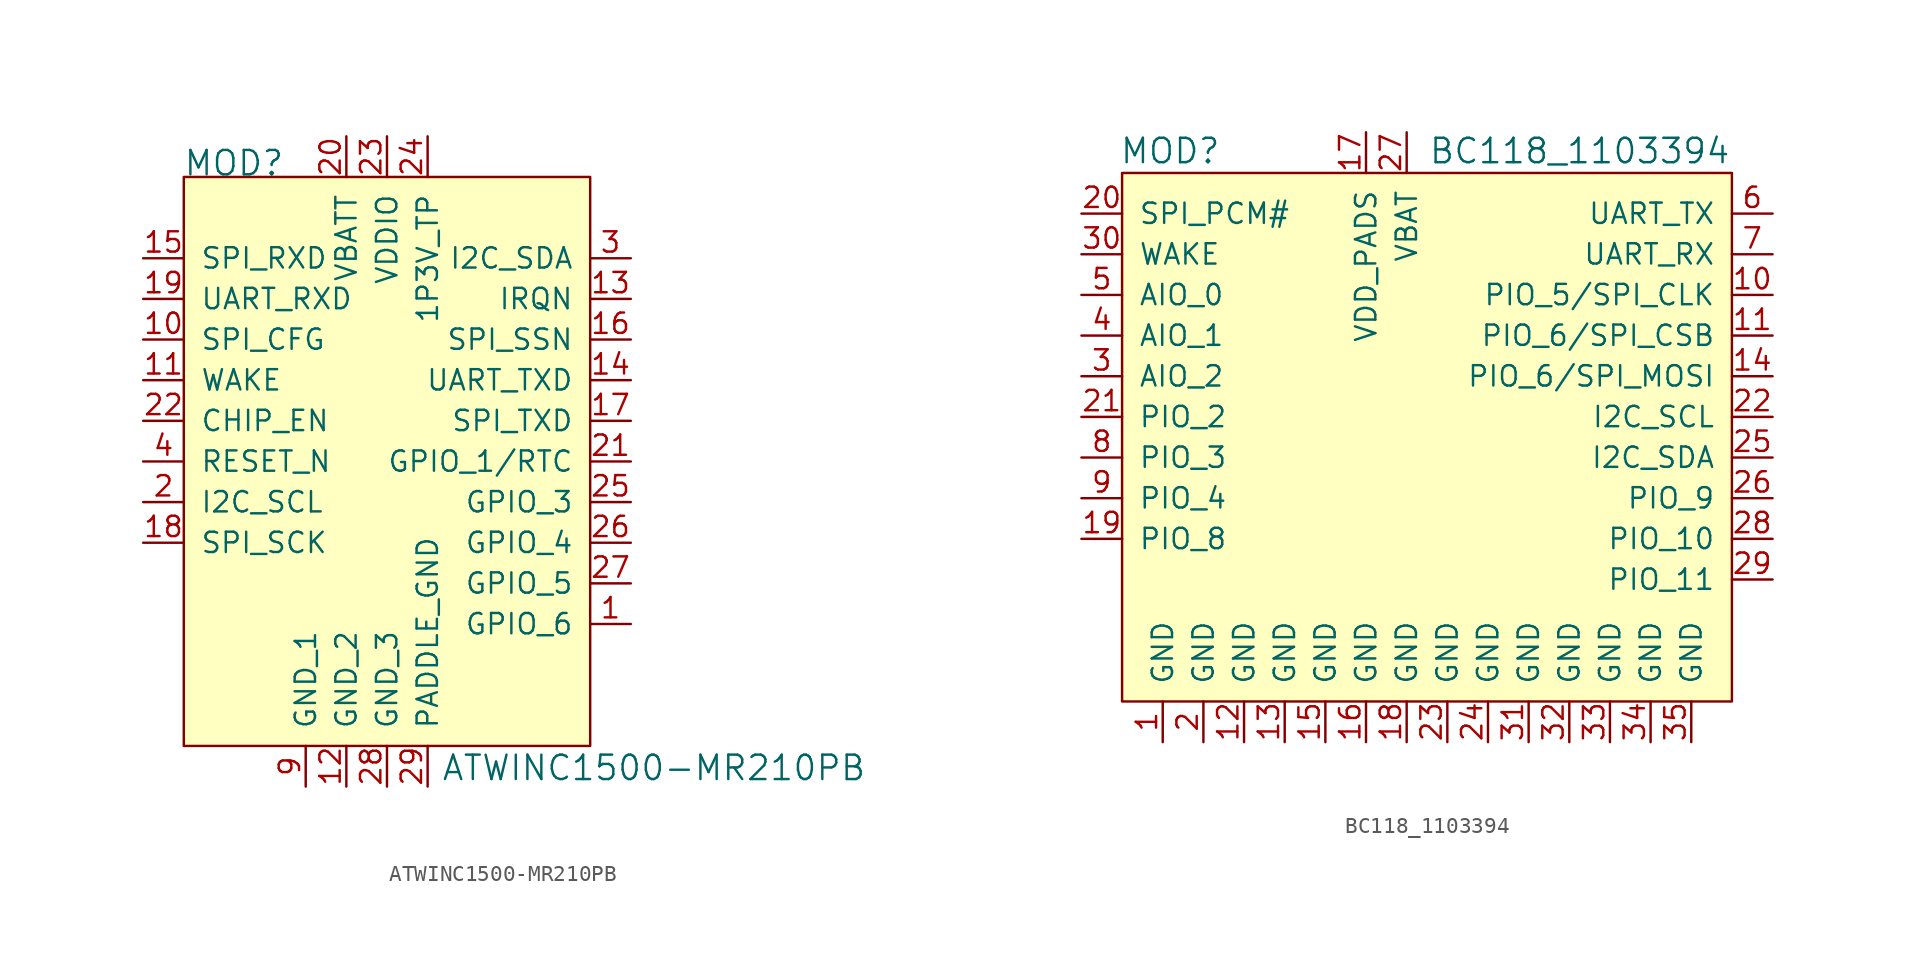
<source format=kicad_sym>
(kicad_symbol_lib
  (version 20231120)
  (generator "kicad_symbol_editor")
  (generator_version "8.0")
  (symbol "ATWINC1500-MR210PB"
    (pin_names
      (offset 1.016))
    (property "Reference" "MOD"
      (at -15.291 18.644 0)
      (effects (font (size 1.524 1.524)) (justify left)))
    (property "Value" "ATWINC1500-MR210PB"
      (at 0.838 -19.152 0)
      (effects (font (size 1.524 1.524)) (justify left)))
    (symbol "ATWINC1500-MR210PB_0_1"
      (rectangle (start 10.16 17.78) (end -15.24 -17.78) (stroke (width 0) (type default)) (fill (type background))))
    (symbol "ATWINC1500-MR210PB_1_1"
      (pin bidirectional line (at 12.7 -10.16 180) (length 2.54) (name "GPIO_6" (effects (font (size 1.27 1.27)))) (number "1" (effects (font (size 1.27 1.27)))))
      (pin input line (at -17.78 7.62 0) (length 2.54) (name "SPI_CFG" (effects (font (size 1.27 1.27)))) (number "10" (effects (font (size 1.27 1.27)))))
      (pin input line (at -17.78 5.08 0) (length 2.54) (name "WAKE" (effects (font (size 1.27 1.27)))) (number "11" (effects (font (size 1.27 1.27)))))
      (pin power_in line (at -5.08 -20.32 90) (length 2.54) (name "GND_2" (effects (font (size 1.27 1.27)))) (number "12" (effects (font (size 1.27 1.27)))))
      (pin output line (at 12.7 10.16 180) (length 2.54) (name "IRQN" (effects (font (size 1.27 1.27)))) (number "13" (effects (font (size 1.27 1.27)))))
      (pin output line (at 12.7 5.08 180) (length 2.54) (name "UART_TXD" (effects (font (size 1.27 1.27)))) (number "14" (effects (font (size 1.27 1.27)))))
      (pin bidirectional line (at -17.78 12.7 0) (length 2.54) (name "SPI_RXD" (effects (font (size 1.27 1.27)))) (number "15" (effects (font (size 1.27 1.27)))))
      (pin bidirectional line (at 12.7 7.62 180) (length 2.54) (name "SPI_SSN" (effects (font (size 1.27 1.27)))) (number "16" (effects (font (size 1.27 1.27)))))
      (pin bidirectional line (at 12.7 2.54 180) (length 2.54) (name "SPI_TXD" (effects (font (size 1.27 1.27)))) (number "17" (effects (font (size 1.27 1.27)))))
      (pin input line (at -17.78 -5.08 0) (length 2.54) (name "SPI_SCK" (effects (font (size 1.27 1.27)))) (number "18" (effects (font (size 1.27 1.27)))))
      (pin input line (at -17.78 10.16 0) (length 2.54) (name "UART_RXD" (effects (font (size 1.27 1.27)))) (number "19" (effects (font (size 1.27 1.27)))))
      (pin input line (at -17.78 -2.54 0) (length 2.54) (name "I2C_SCL" (effects (font (size 1.27 1.27)))) (number "2" (effects (font (size 1.27 1.27)))))
      (pin power_in line (at -5.08 20.32 270) (length 2.54) (name "VBATT" (effects (font (size 1.27 1.27)))) (number "20" (effects (font (size 1.27 1.27)))))
      (pin bidirectional line (at 12.7 0 180) (length 2.54) (name "GPIO_1/RTC" (effects (font (size 1.27 1.27)))) (number "21" (effects (font (size 1.27 1.27)))))
      (pin input line (at -17.78 2.54 0) (length 2.54) (name "CHIP_EN" (effects (font (size 1.27 1.27)))) (number "22" (effects (font (size 1.27 1.27)))))
      (pin power_in line (at -2.54 20.32 270) (length 2.54) (name "VDDIO" (effects (font (size 1.27 1.27)))) (number "23" (effects (font (size 1.27 1.27)))))
      (pin power_in line (at 0 20.32 270) (length 2.54) (name "1P3V_TP" (effects (font (size 1.27 1.27)))) (number "24" (effects (font (size 1.27 1.27)))))
      (pin bidirectional line (at 12.7 -2.54 180) (length 2.54) (name "GPIO_3" (effects (font (size 1.27 1.27)))) (number "25" (effects (font (size 1.27 1.27)))))
      (pin bidirectional line (at 12.7 -5.08 180) (length 2.54) (name "GPIO_4" (effects (font (size 1.27 1.27)))) (number "26" (effects (font (size 1.27 1.27)))))
      (pin bidirectional line (at 12.7 -7.62 180) (length 2.54) (name "GPIO_5" (effects (font (size 1.27 1.27)))) (number "27" (effects (font (size 1.27 1.27)))))
      (pin power_in line (at -2.54 -20.32 90) (length 2.54) (name "GND_3" (effects (font (size 1.27 1.27)))) (number "28" (effects (font (size 1.27 1.27)))))
      (pin power_in line (at 0 -20.32 90) (length 2.54) (name "PADDLE_GND" (effects (font (size 1.27 1.27)))) (number "29" (effects (font (size 1.27 1.27)))))
      (pin bidirectional line (at 12.7 12.7 180) (length 2.54) (name "I2C_SDA" (effects (font (size 1.27 1.27)))) (number "3" (effects (font (size 1.27 1.27)))))
      (pin input line (at -17.78 0 0) (length 2.54) (name "RESET_N" (effects (font (size 1.27 1.27)))) (number "4" (effects (font (size 1.27 1.27)))))
      (pin no_connect line (at 10.16 -12.7 180) (length 2.54) hide (name "NC" (effects (font (size 1.27 1.27)))) (number "5" (effects (font (size 1.27 1.27)))))
      (pin no_connect line (at -15.24 -12.7 0) (length 2.54) hide (name "NC" (effects (font (size 1.27 1.27)))) (number "6" (effects (font (size 1.27 1.27)))))
      (pin no_connect line (at -15.24 -10.16 0) (length 2.54) hide (name "NC" (effects (font (size 1.27 1.27)))) (number "7" (effects (font (size 1.27 1.27)))))
      (pin no_connect line (at -15.24 -7.62 0) (length 2.54) hide (name "NC" (effects (font (size 1.27 1.27)))) (number "8" (effects (font (size 1.27 1.27)))))
      (pin power_in line (at -7.62 -20.32 90) (length 2.54) (name "GND_1" (effects (font (size 1.27 1.27)))) (number "9" (effects (font (size 1.27 1.27)))))))
  (symbol "BC118_1103394"
    (pin_names
      (offset 1.016))
    (property "Reference" "MOD"
      (at -20.498 14.072 0)
      (effects (font (size 1.524 1.524)) (justify left)))
    (property "Value" "BC118_1103394"
      (at -1.194 14.072 0)
      (effects (font (size 1.524 1.524)) (justify left)))
    (symbol "BC118_1103394_0_1"
      (rectangle (start -20.32 12.7) (end 17.78 -20.32) (stroke (width 0) (type default)) (fill (type background))))
    (symbol "BC118_1103394_1_1"
      (pin power_in line (at -17.78 -22.86 90) (length 2.54) (name "GND" (effects (font (size 1.27 1.27)))) (number "1" (effects (font (size 1.27 1.27)))))
      (pin bidirectional line (at 20.32 5.08 180) (length 2.54) (name "PIO_5/SPI_CLK" (effects (font (size 1.27 1.27)))) (number "10" (effects (font (size 1.27 1.27)))))
      (pin bidirectional line (at 20.32 2.54 180) (length 2.54) (name "PIO_6/SPI_CSB" (effects (font (size 1.27 1.27)))) (number "11" (effects (font (size 1.27 1.27)))))
      (pin power_in line (at -12.7 -22.86 90) (length 2.54) (name "GND" (effects (font (size 1.27 1.27)))) (number "12" (effects (font (size 1.27 1.27)))))
      (pin power_in line (at -10.16 -22.86 90) (length 2.54) (name "GND" (effects (font (size 1.27 1.27)))) (number "13" (effects (font (size 1.27 1.27)))))
      (pin bidirectional line (at 20.32 0 180) (length 2.54) (name "PIO_6/SPI_MOSI" (effects (font (size 1.27 1.27)))) (number "14" (effects (font (size 1.27 1.27)))))
      (pin power_in line (at -7.62 -22.86 90) (length 2.54) (name "GND" (effects (font (size 1.27 1.27)))) (number "15" (effects (font (size 1.27 1.27)))))
      (pin power_in line (at -5.08 -22.86 90) (length 2.54) (name "GND" (effects (font (size 1.27 1.27)))) (number "16" (effects (font (size 1.27 1.27)))))
      (pin power_in line (at -5.08 15.24 270) (length 2.54) (name "VDD_PADS" (effects (font (size 1.27 1.27)))) (number "17" (effects (font (size 1.27 1.27)))))
      (pin power_in line (at -2.54 -22.86 90) (length 2.54) (name "GND" (effects (font (size 1.27 1.27)))) (number "18" (effects (font (size 1.27 1.27)))))
      (pin bidirectional line (at -22.86 -10.16 0) (length 2.54) (name "PIO_8" (effects (font (size 1.27 1.27)))) (number "19" (effects (font (size 1.27 1.27)))))
      (pin power_in line (at -15.24 -22.86 90) (length 2.54) (name "GND" (effects (font (size 1.27 1.27)))) (number "2" (effects (font (size 1.27 1.27)))))
      (pin input line (at -22.86 10.16 0) (length 2.54) (name "SPI_PCM#" (effects (font (size 1.27 1.27)))) (number "20" (effects (font (size 1.27 1.27)))))
      (pin bidirectional line (at -22.86 -2.54 0) (length 2.54) (name "PIO_2" (effects (font (size 1.27 1.27)))) (number "21" (effects (font (size 1.27 1.27)))))
      (pin bidirectional line (at 20.32 -2.54 180) (length 2.54) (name "I2C_SCL" (effects (font (size 1.27 1.27)))) (number "22" (effects (font (size 1.27 1.27)))))
      (pin power_in line (at 0 -22.86 90) (length 2.54) (name "GND" (effects (font (size 1.27 1.27)))) (number "23" (effects (font (size 1.27 1.27)))))
      (pin power_in line (at 2.54 -22.86 90) (length 2.54) (name "GND" (effects (font (size 1.27 1.27)))) (number "24" (effects (font (size 1.27 1.27)))))
      (pin bidirectional line (at 20.32 -5.08 180) (length 2.54) (name "I2C_SDA" (effects (font (size 1.27 1.27)))) (number "25" (effects (font (size 1.27 1.27)))))
      (pin bidirectional line (at 20.32 -7.62 180) (length 2.54) (name "PIO_9" (effects (font (size 1.27 1.27)))) (number "26" (effects (font (size 1.27 1.27)))))
      (pin power_in line (at -2.54 15.24 270) (length 2.54) (name "VBAT" (effects (font (size 1.27 1.27)))) (number "27" (effects (font (size 1.27 1.27)))))
      (pin bidirectional line (at 20.32 -10.16 180) (length 2.54) (name "PIO_10" (effects (font (size 1.27 1.27)))) (number "28" (effects (font (size 1.27 1.27)))))
      (pin bidirectional line (at 20.32 -12.7 180) (length 2.54) (name "PIO_11" (effects (font (size 1.27 1.27)))) (number "29" (effects (font (size 1.27 1.27)))))
      (pin bidirectional line (at -22.86 0 0) (length 2.54) (name "AIO_2" (effects (font (size 1.27 1.27)))) (number "3" (effects (font (size 1.27 1.27)))))
      (pin input line (at -22.86 7.62 0) (length 2.54) (name "WAKE" (effects (font (size 1.27 1.27)))) (number "30" (effects (font (size 1.27 1.27)))))
      (pin power_in line (at 5.08 -22.86 90) (length 2.54) (name "GND" (effects (font (size 1.27 1.27)))) (number "31" (effects (font (size 1.27 1.27)))))
      (pin power_in line (at 7.62 -22.86 90) (length 2.54) (name "GND" (effects (font (size 1.27 1.27)))) (number "32" (effects (font (size 1.27 1.27)))))
      (pin power_in line (at 10.16 -22.86 90) (length 2.54) (name "GND" (effects (font (size 1.27 1.27)))) (number "33" (effects (font (size 1.27 1.27)))))
      (pin power_in line (at 12.7 -22.86 90) (length 2.54) (name "GND" (effects (font (size 1.27 1.27)))) (number "34" (effects (font (size 1.27 1.27)))))
      (pin power_in line (at 15.24 -22.86 90) (length 2.54) (name "GND" (effects (font (size 1.27 1.27)))) (number "35" (effects (font (size 1.27 1.27)))))
      (pin bidirectional line (at -22.86 2.54 0) (length 2.54) (name "AIO_1" (effects (font (size 1.27 1.27)))) (number "4" (effects (font (size 1.27 1.27)))))
      (pin bidirectional line (at -22.86 5.08 0) (length 2.54) (name "AIO_0" (effects (font (size 1.27 1.27)))) (number "5" (effects (font (size 1.27 1.27)))))
      (pin bidirectional line (at 20.32 10.16 180) (length 2.54) (name "UART_TX" (effects (font (size 1.27 1.27)))) (number "6" (effects (font (size 1.27 1.27)))))
      (pin bidirectional line (at 20.32 7.62 180) (length 2.54) (name "UART_RX" (effects (font (size 1.27 1.27)))) (number "7" (effects (font (size 1.27 1.27)))))
      (pin bidirectional line (at -22.86 -5.08 0) (length 2.54) (name "PIO_3" (effects (font (size 1.27 1.27)))) (number "8" (effects (font (size 1.27 1.27)))))
      (pin bidirectional line (at -22.86 -7.62 0) (length 2.54) (name "PIO_4" (effects (font (size 1.27 1.27)))) (number "9" (effects (font (size 1.27 1.27))))))))
</source>
